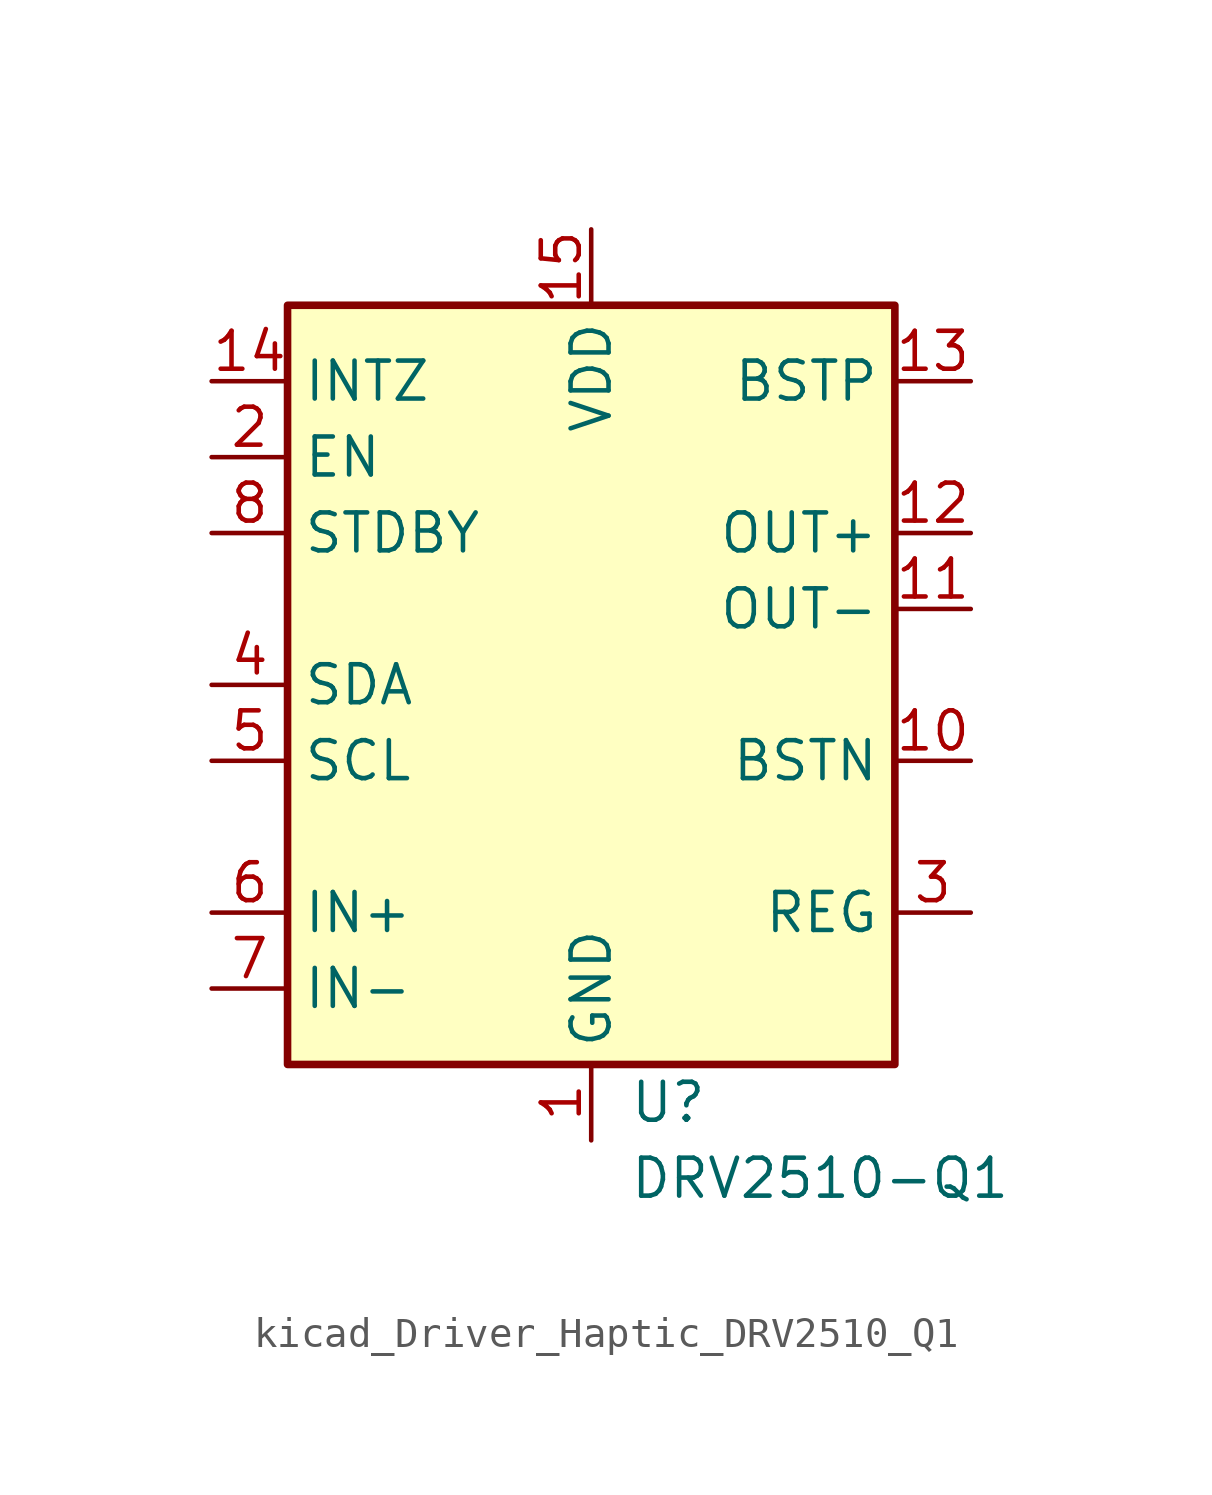
<source format=kicad_sym>
(kicad_symbol_lib
  (version 20220914)
  (generator kicad_symbol_editor)
  (symbol "kicad_Driver_Haptic_DRV2510_Q1"
    (property "Reference" "U"
      (at 1.27 -13.97 0)
      (effects (font (size 1.27 1.27)) (justify left)))
    (property "Value" "DRV2510-Q1"
      (at 1.27 -16.51 0)
      (effects (font (size 1.27 1.27)) (justify left)))
    (symbol "kicad_Driver_Haptic_DRV2510_Q1_0_0"
      (pin power_in line (at 0 -15.24 90) (length 2.54) (name "GND" (effects (font (size 1.27 1.27)))) (number "1" (effects (font (size 1.27 1.27)))))
      (pin passive line (at 12.7 -2.54 180) (length 2.54) (name "BSTN" (effects (font (size 1.27 1.27)))) (number "10" (effects (font (size 1.27 1.27)))))
      (pin power_out line (at 12.7 2.54 180) (length 2.54) (name "OUT-" (effects (font (size 1.27 1.27)))) (number "11" (effects (font (size 1.27 1.27)))))
      (pin power_out line (at 12.7 5.08 180) (length 2.54) (name "OUT+" (effects (font (size 1.27 1.27)))) (number "12" (effects (font (size 1.27 1.27)))))
      (pin passive line (at 12.7 10.16 180) (length 2.54) (name "BSTP" (effects (font (size 1.27 1.27)))) (number "13" (effects (font (size 1.27 1.27)))))
      (pin open_collector line (at -12.7 10.16 0) (length 2.54) (name "INTZ" (effects (font (size 1.27 1.27)))) (number "14" (effects (font (size 1.27 1.27)))))
      (pin power_in line (at 0 15.24 270) (length 2.54) (name "VDD" (effects (font (size 1.27 1.27)))) (number "15" (effects (font (size 1.27 1.27)))))
      (pin passive line (at 0 -15.24 90) (length 2.54) hide (name "GND" (effects (font (size 1.27 1.27)))) (number "16" (effects (font (size 1.27 1.27)))))
      (pin passive line (at 0 -15.24 90) (length 2.54) hide (name "GND" (effects (font (size 1.27 1.27)))) (number "17" (effects (font (size 1.27 1.27)))))
      (pin input line (at -12.7 7.62 0) (length 2.54) (name "EN" (effects (font (size 1.27 1.27)))) (number "2" (effects (font (size 1.27 1.27)))))
      (pin passive line (at 12.7 -7.62 180) (length 2.54) (name "REG" (effects (font (size 1.27 1.27)))) (number "3" (effects (font (size 1.27 1.27)))))
      (pin bidirectional line (at -12.7 0 0) (length 2.54) (name "SDA" (effects (font (size 1.27 1.27)))) (number "4" (effects (font (size 1.27 1.27)))))
      (pin input line (at -12.7 -2.54 0) (length 2.54) (name "SCL" (effects (font (size 1.27 1.27)))) (number "5" (effects (font (size 1.27 1.27)))))
      (pin input line (at -12.7 -7.62 0) (length 2.54) (name "IN+" (effects (font (size 1.27 1.27)))) (number "6" (effects (font (size 1.27 1.27)))))
      (pin input line (at -12.7 -10.16 0) (length 2.54) (name "IN-" (effects (font (size 1.27 1.27)))) (number "7" (effects (font (size 1.27 1.27)))))
      (pin input line (at -12.7 5.08 0) (length 2.54) (name "STDBY" (effects (font (size 1.27 1.27)))) (number "8" (effects (font (size 1.27 1.27)))))
      (pin passive line (at 0 -15.24 90) (length 2.54) hide (name "GND" (effects (font (size 1.27 1.27)))) (number "9" (effects (font (size 1.27 1.27))))))
    (symbol "kicad_Driver_Haptic_DRV2510_Q1_0_1"
      (rectangle (start -10.16 12.7) (end 10.16 -12.7) (stroke (width 0.254) (type default)) (fill (type background))))))
</source>
